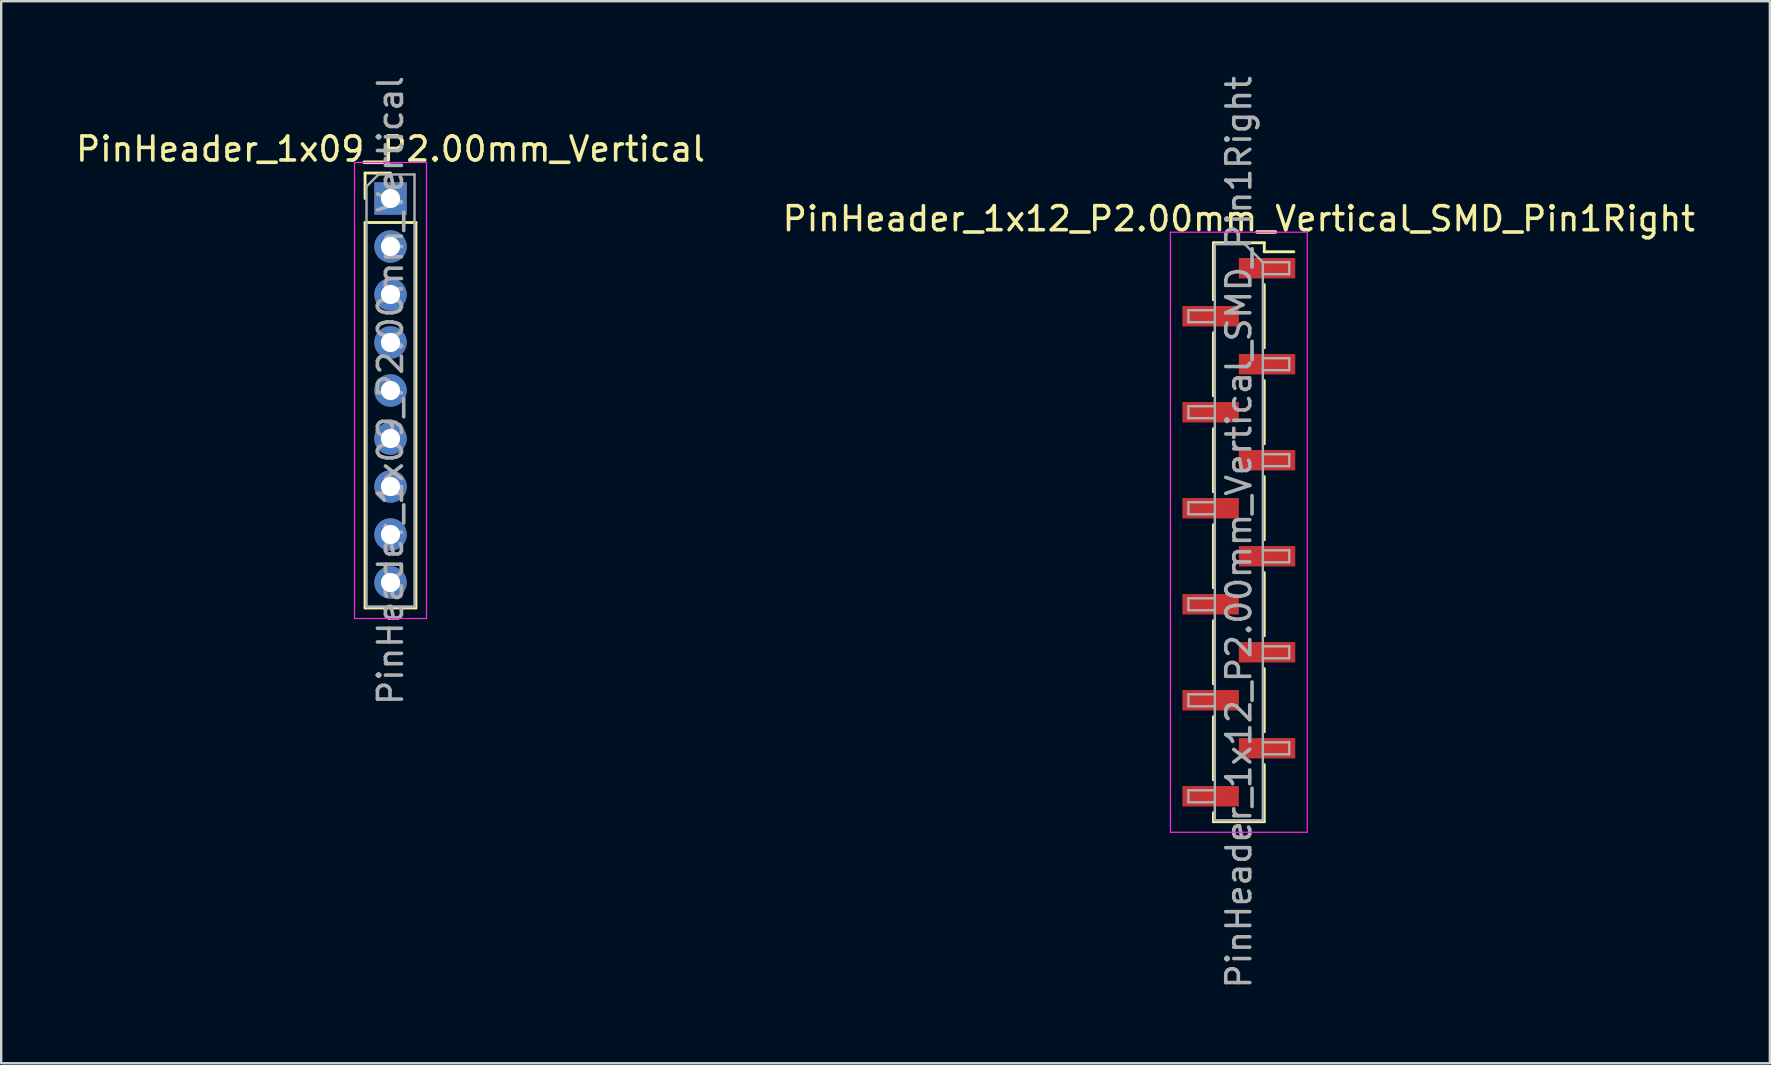
<source format=kicad_pcb>
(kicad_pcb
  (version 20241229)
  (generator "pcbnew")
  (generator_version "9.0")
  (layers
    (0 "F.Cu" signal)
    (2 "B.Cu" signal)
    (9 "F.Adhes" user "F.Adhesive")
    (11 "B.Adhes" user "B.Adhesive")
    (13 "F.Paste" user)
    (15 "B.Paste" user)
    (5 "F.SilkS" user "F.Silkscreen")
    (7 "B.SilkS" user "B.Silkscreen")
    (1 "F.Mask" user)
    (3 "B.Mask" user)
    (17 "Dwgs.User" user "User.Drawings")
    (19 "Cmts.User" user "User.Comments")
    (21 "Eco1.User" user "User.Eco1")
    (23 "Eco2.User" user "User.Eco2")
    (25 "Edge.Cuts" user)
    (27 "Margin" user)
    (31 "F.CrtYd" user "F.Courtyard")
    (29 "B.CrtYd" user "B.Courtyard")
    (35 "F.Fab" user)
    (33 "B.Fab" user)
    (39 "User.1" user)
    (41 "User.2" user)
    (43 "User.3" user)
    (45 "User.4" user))
  (footprint "PinHeader_1x12_P2.00mm_Vertical_SMD_Pin1Right"
    (layer "F.Cu")
    (at 48.565 19.125)
    (property "Reference" "PinHeader_1x12_P2.00mm_Vertical_SMD_Pin1Right" (at 0 -13.06 0) (layer "F.SilkS") (effects (font (size 1 1) (thickness 0.15))))
    (attr smd)
    (fp_line (start -1.06 -12.06) (end -1.06 -9.685) (stroke (width 0.12) (type solid)) (layer "F.SilkS"))
    (fp_line (start -1.06 -12.06) (end 1.06 -12.06) (stroke (width 0.12) (type solid)) (layer "F.SilkS"))
    (fp_line (start -1.06 -8.315) (end -1.06 -5.685) (stroke (width 0.12) (type solid)) (layer "F.SilkS"))
    (fp_line (start -1.06 -4.315) (end -1.06 -1.685) (stroke (width 0.12) (type solid)) (layer "F.SilkS"))
    (fp_line (start -1.06 -0.315) (end -1.06 2.315) (stroke (width 0.12) (type solid)) (layer "F.SilkS"))
    (fp_line (start -1.06 3.685) (end -1.06 6.315) (stroke (width 0.12) (type solid)) (layer "F.SilkS"))
    (fp_line (start -1.06 7.685) (end -1.06 10.315) (stroke (width 0.12) (type solid)) (layer "F.SilkS"))
    (fp_line (start -1.06 11.685) (end -1.06 12.06) (stroke (width 0.12) (type solid)) (layer "F.SilkS"))
    (fp_line (start -1.06 12.06) (end 1.06 12.06) (stroke (width 0.12) (type solid)) (layer "F.SilkS"))
    (fp_line (start 1.06 -12.06) (end 1.06 -11.685) (stroke (width 0.12) (type solid)) (layer "F.SilkS"))
    (fp_line (start 1.06 -11.685) (end 2.29 -11.685) (stroke (width 0.12) (type solid)) (layer "F.SilkS"))
    (fp_line (start 1.06 -10.315) (end 1.06 -7.685) (stroke (width 0.12) (type solid)) (layer "F.SilkS"))
    (fp_line (start 1.06 -6.315) (end 1.06 -3.685) (stroke (width 0.12) (type solid)) (layer "F.SilkS"))
    (fp_line (start 1.06 -2.315) (end 1.06 0.315) (stroke (width 0.12) (type solid)) (layer "F.SilkS"))
    (fp_line (start 1.06 1.685) (end 1.06 4.315) (stroke (width 0.12) (type solid)) (layer "F.SilkS"))
    (fp_line (start 1.06 5.685) (end 1.06 8.315) (stroke (width 0.12) (type solid)) (layer "F.SilkS"))
    (fp_line (start 1.06 9.685) (end 1.06 12.06) (stroke (width 0.12) (type solid)) (layer "F.SilkS"))
    (fp_line (start -2.85 -12.5) (end -2.85 12.5) (stroke (width 0.05) (type solid)) (layer "F.CrtYd"))
    (fp_line (start -2.85 12.5) (end 2.85 12.5) (stroke (width 0.05) (type solid)) (layer "F.CrtYd"))
    (fp_line (start 2.85 -12.5) (end -2.85 -12.5) (stroke (width 0.05) (type solid)) (layer "F.CrtYd"))
    (fp_line (start 2.85 12.5) (end 2.85 -12.5) (stroke (width 0.05) (type solid)) (layer "F.CrtYd"))
    (fp_line (start -2.1 -9.25) (end -2.1 -8.75) (stroke (width 0.1) (type solid)) (layer "F.Fab"))
    (fp_line (start -2.1 -8.75) (end -1 -8.75) (stroke (width 0.1) (type solid)) (layer "F.Fab"))
    (fp_line (start -2.1 -5.25) (end -2.1 -4.75) (stroke (width 0.1) (type solid)) (layer "F.Fab"))
    (fp_line (start -2.1 -4.75) (end -1 -4.75) (stroke (width 0.1) (type solid)) (layer "F.Fab"))
    (fp_line (start -2.1 -1.25) (end -2.1 -0.75) (stroke (width 0.1) (type solid)) (layer "F.Fab"))
    (fp_line (start -2.1 -0.75) (end -1 -0.75) (stroke (width 0.1) (type solid)) (layer "F.Fab"))
    (fp_line (start -2.1 2.75) (end -2.1 3.25) (stroke (width 0.1) (type solid)) (layer "F.Fab"))
    (fp_line (start -2.1 3.25) (end -1 3.25) (stroke (width 0.1) (type solid)) (layer "F.Fab"))
    (fp_line (start -2.1 6.75) (end -2.1 7.25) (stroke (width 0.1) (type solid)) (layer "F.Fab"))
    (fp_line (start -2.1 7.25) (end -1 7.25) (stroke (width 0.1) (type solid)) (layer "F.Fab"))
    (fp_line (start -2.1 10.75) (end -2.1 11.25) (stroke (width 0.1) (type solid)) (layer "F.Fab"))
    (fp_line (start -2.1 11.25) (end -1 11.25) (stroke (width 0.1) (type solid)) (layer "F.Fab"))
    (fp_line (start -1 -12) (end -1 12) (stroke (width 0.1) (type solid)) (layer "F.Fab"))
    (fp_line (start -1 -12) (end 0.25 -12) (stroke (width 0.1) (type solid)) (layer "F.Fab"))
    (fp_line (start -1 -9.25) (end -2.1 -9.25) (stroke (width 0.1) (type solid)) (layer "F.Fab"))
    (fp_line (start -1 -5.25) (end -2.1 -5.25) (stroke (width 0.1) (type solid)) (layer "F.Fab"))
    (fp_line (start -1 -1.25) (end -2.1 -1.25) (stroke (width 0.1) (type solid)) (layer "F.Fab"))
    (fp_line (start -1 2.75) (end -2.1 2.75) (stroke (width 0.1) (type solid)) (layer "F.Fab"))
    (fp_line (start -1 6.75) (end -2.1 6.75) (stroke (width 0.1) (type solid)) (layer "F.Fab"))
    (fp_line (start -1 10.75) (end -2.1 10.75) (stroke (width 0.1) (type solid)) (layer "F.Fab"))
    (fp_line (start 1 -11.25) (end 0.25 -12) (stroke (width 0.1) (type solid)) (layer "F.Fab"))
    (fp_line (start 1 -11.25) (end 2.1 -11.25) (stroke (width 0.1) (type solid)) (layer "F.Fab"))
    (fp_line (start 1 -7.25) (end 2.1 -7.25) (stroke (width 0.1) (type solid)) (layer "F.Fab"))
    (fp_line (start 1 -3.25) (end 2.1 -3.25) (stroke (width 0.1) (type solid)) (layer "F.Fab"))
    (fp_line (start 1 0.75) (end 2.1 0.75) (stroke (width 0.1) (type solid)) (layer "F.Fab"))
    (fp_line (start 1 4.75) (end 2.1 4.75) (stroke (width 0.1) (type solid)) (layer "F.Fab"))
    (fp_line (start 1 8.75) (end 2.1 8.75) (stroke (width 0.1) (type solid)) (layer "F.Fab"))
    (fp_line (start 1 12) (end -1 12) (stroke (width 0.1) (type solid)) (layer "F.Fab"))
    (fp_line (start 1 12) (end 1 -11.25) (stroke (width 0.1) (type solid)) (layer "F.Fab"))
    (fp_line (start 2.1 -11.25) (end 2.1 -10.75) (stroke (width 0.1) (type solid)) (layer "F.Fab"))
    (fp_line (start 2.1 -10.75) (end 1 -10.75) (stroke (width 0.1) (type solid)) (layer "F.Fab"))
    (fp_line (start 2.1 -7.25) (end 2.1 -6.75) (stroke (width 0.1) (type solid)) (layer "F.Fab"))
    (fp_line (start 2.1 -6.75) (end 1 -6.75) (stroke (width 0.1) (type solid)) (layer "F.Fab"))
    (fp_line (start 2.1 -3.25) (end 2.1 -2.75) (stroke (width 0.1) (type solid)) (layer "F.Fab"))
    (fp_line (start 2.1 -2.75) (end 1 -2.75) (stroke (width 0.1) (type solid)) (layer "F.Fab"))
    (fp_line (start 2.1 0.75) (end 2.1 1.25) (stroke (width 0.1) (type solid)) (layer "F.Fab"))
    (fp_line (start 2.1 1.25) (end 1 1.25) (stroke (width 0.1) (type solid)) (layer "F.Fab"))
    (fp_line (start 2.1 4.75) (end 2.1 5.25) (stroke (width 0.1) (type solid)) (layer "F.Fab"))
    (fp_line (start 2.1 5.25) (end 1 5.25) (stroke (width 0.1) (type solid)) (layer "F.Fab"))
    (fp_line (start 2.1 8.75) (end 2.1 9.25) (stroke (width 0.1) (type solid)) (layer "F.Fab"))
    (fp_line (start 2.1 9.25) (end 1 9.25) (stroke (width 0.1) (type solid)) (layer "F.Fab"))
    (fp_text user "${REFERENCE}" (at 0 0 90) (layer "F.Fab") (effects (font (size 1 1) (thickness 0.15))))
    (pad "1" smd rect (at 1.175 -11) (size 2.35 0.85) (layers "F.Cu" "F.Mask" "F.Paste"))
    (pad "2" smd rect (at -1.175 -9) (size 2.35 0.85) (layers "F.Cu" "F.Mask" "F.Paste"))
    (pad "3" smd rect (at 1.175 -7) (size 2.35 0.85) (layers "F.Cu" "F.Mask" "F.Paste"))
    (pad "4" smd rect (at -1.175 -5) (size 2.35 0.85) (layers "F.Cu" "F.Mask" "F.Paste"))
    (pad "5" smd rect (at 1.175 -3) (size 2.35 0.85) (layers "F.Cu" "F.Mask" "F.Paste"))
    (pad "6" smd rect (at -1.175 -1) (size 2.35 0.85) (layers "F.Cu" "F.Mask" "F.Paste"))
    (pad "7" smd rect (at 1.175 1) (size 2.35 0.85) (layers "F.Cu" "F.Mask" "F.Paste"))
    (pad "8" smd rect (at -1.175 3) (size 2.35 0.85) (layers "F.Cu" "F.Mask" "F.Paste"))
    (pad "9" smd rect (at 1.175 5) (size 2.35 0.85) (layers "F.Cu" "F.Mask" "F.Paste"))
    (pad "10" smd rect (at -1.175 7) (size 2.35 0.85) (layers "F.Cu" "F.Mask" "F.Paste"))
    (pad "11" smd rect (at 1.175 9) (size 2.35 0.85) (layers "F.Cu" "F.Mask" "F.Paste"))
    (pad "12" smd rect (at -1.175 11) (size 2.35 0.85) (layers "F.Cu" "F.Mask" "F.Paste")))
  (footprint "PinHeader_1x09_P2.00mm_Vertical"
    (layer "F.Cu")
    (at 13.22 5.22)
    (property "Reference" "PinHeader_1x09_P2.00mm_Vertical" (at 0 -2.06 0) (layer "F.SilkS") (effects (font (size 1 1) (thickness 0.15))))
    (attr through_hole)
    (fp_line (start -1.06 -1.06) (end 0 -1.06) (stroke (width 0.12) (type solid)) (layer "F.SilkS"))
    (fp_line (start -1.06 0) (end -1.06 -1.06) (stroke (width 0.12) (type solid)) (layer "F.SilkS"))
    (fp_line (start -1.06 1) (end -1.06 17.06) (stroke (width 0.12) (type solid)) (layer "F.SilkS"))
    (fp_line (start -1.06 1) (end 1.06 1) (stroke (width 0.12) (type solid)) (layer "F.SilkS"))
    (fp_line (start -1.06 17.06) (end 1.06 17.06) (stroke (width 0.12) (type solid)) (layer "F.SilkS"))
    (fp_line (start 1.06 1) (end 1.06 17.06) (stroke (width 0.12) (type solid)) (layer "F.SilkS"))
    (fp_line (start -1.5 -1.5) (end -1.5 17.5) (stroke (width 0.05) (type solid)) (layer "F.CrtYd"))
    (fp_line (start -1.5 17.5) (end 1.5 17.5) (stroke (width 0.05) (type solid)) (layer "F.CrtYd"))
    (fp_line (start 1.5 -1.5) (end -1.5 -1.5) (stroke (width 0.05) (type solid)) (layer "F.CrtYd"))
    (fp_line (start 1.5 17.5) (end 1.5 -1.5) (stroke (width 0.05) (type solid)) (layer "F.CrtYd"))
    (fp_line (start -1 -0.5) (end -0.5 -1) (stroke (width 0.1) (type solid)) (layer "F.Fab"))
    (fp_line (start -1 17) (end -1 -0.5) (stroke (width 0.1) (type solid)) (layer "F.Fab"))
    (fp_line (start -0.5 -1) (end 1 -1) (stroke (width 0.1) (type solid)) (layer "F.Fab"))
    (fp_line (start 1 -1) (end 1 17) (stroke (width 0.1) (type solid)) (layer "F.Fab"))
    (fp_line (start 1 17) (end -1 17) (stroke (width 0.1) (type solid)) (layer "F.Fab"))
    (fp_text user "${REFERENCE}" (at 0 8 90) (layer "F.Fab") (effects (font (size 1 1) (thickness 0.15))))
    (pad "1" thru_hole rect (at 0 0) (size 1.35 1.35) (drill 0.8) (layers "*.Cu" "*.Mask"))
    (pad "2" thru_hole oval (at 0 2) (size 1.35 1.35) (drill 0.8) (layers "*.Cu" "*.Mask"))
    (pad "3" thru_hole oval (at 0 4) (size 1.35 1.35) (drill 0.8) (layers "*.Cu" "*.Mask"))
    (pad "4" thru_hole oval (at 0 6) (size 1.35 1.35) (drill 0.8) (layers "*.Cu" "*.Mask"))
    (pad "5" thru_hole oval (at 0 8) (size 1.35 1.35) (drill 0.8) (layers "*.Cu" "*.Mask"))
    (pad "6" thru_hole oval (at 0 10) (size 1.35 1.35) (drill 0.8) (layers "*.Cu" "*.Mask"))
    (pad "7" thru_hole oval (at 0 12) (size 1.35 1.35) (drill 0.8) (layers "*.Cu" "*.Mask"))
    (pad "8" thru_hole oval (at 0 14) (size 1.35 1.35) (drill 0.8) (layers "*.Cu" "*.Mask"))
    (pad "9" thru_hole oval (at 0 16) (size 1.35 1.35) (drill 0.8) (layers "*.Cu" "*.Mask")))
  (gr_rect
    (start -3 -3)
    (end 70.69 41.25)
    (stroke (width 0.1) (type default))
    (fill no)
    (layer "Edge.Cuts")))
</source>
